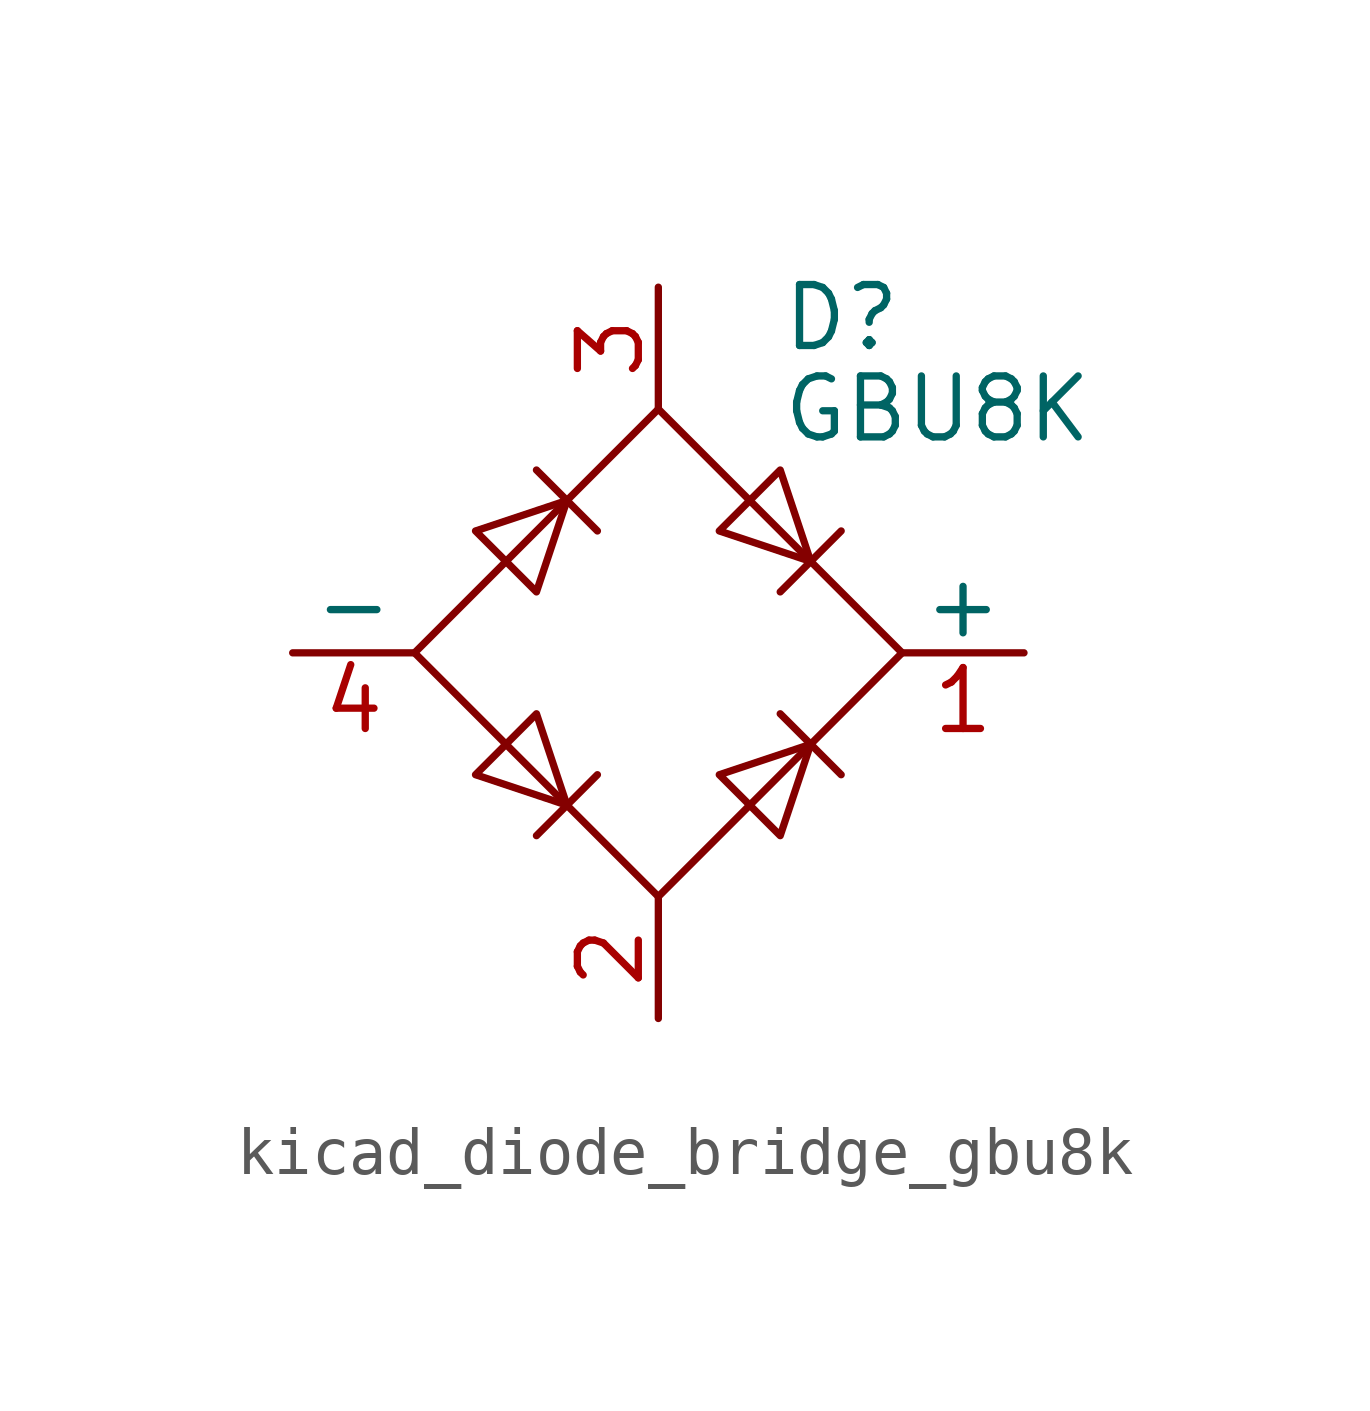
<source format=kicad_sym>
(kicad_symbol_lib
  (version 20220914)
  (generator kicad_symbol_editor)
  (symbol "kicad_diode_bridge_gbu8k"
    (pin_names
      (offset 0))
    (property "Reference" "D"
      (at 2.54 6.985 0)
      (effects (font (size 1.27 1.27)) (justify left)))
    (property "Value" "GBU8K"
      (at 2.54 5.08 0)
      (effects (font (size 1.27 1.27)) (justify left)))
    (symbol "kicad_diode_bridge_gbu8k_0_1"
      (polyline (pts (xy -2.54 3.81) (xy -1.27 2.54)) (stroke (width 0) (type default)) (fill (type none)))
      (polyline (pts (xy -1.27 -2.54) (xy -2.54 -3.81)) (stroke (width 0) (type default)) (fill (type none)))
      (polyline (pts (xy 2.54 -1.27) (xy 3.81 -2.54)) (stroke (width 0) (type default)) (fill (type none)))
      (polyline (pts (xy 2.54 1.27) (xy 3.81 2.54)) (stroke (width 0) (type default)) (fill (type none)))
      (polyline (pts (xy -3.81 2.54) (xy -2.54 1.27) (xy -1.905 3.175) (xy -3.81 2.54)) (stroke (width 0) (type default)) (fill (type none)))
      (polyline (pts (xy -2.54 -1.27) (xy -3.81 -2.54) (xy -1.905 -3.175) (xy -2.54 -1.27)) (stroke (width 0) (type default)) (fill (type none)))
      (polyline (pts (xy 1.27 2.54) (xy 2.54 3.81) (xy 3.175 1.905) (xy 1.27 2.54)) (stroke (width 0) (type default)) (fill (type none)))
      (polyline (pts (xy 3.175 -1.905) (xy 1.27 -2.54) (xy 2.54 -3.81) (xy 3.175 -1.905)) (stroke (width 0) (type default)) (fill (type none)))
      (polyline (pts (xy -5.08 0) (xy 0 -5.08) (xy 5.08 0) (xy 0 5.08) (xy -5.08 0)) (stroke (width 0) (type default)) (fill (type none))))
    (symbol "kicad_diode_bridge_gbu8k_1_1"
      (pin passive line (at 7.62 0 180) (length 2.54) (name "+" (effects (font (size 1.27 1.27)))) (number "1" (effects (font (size 1.27 1.27)))))
      (pin passive line (at 0 -7.62 90) (length 2.54) (name "~" (effects (font (size 1.27 1.27)))) (number "2" (effects (font (size 1.27 1.27)))))
      (pin passive line (at 0 7.62 270) (length 2.54) (name "~" (effects (font (size 1.27 1.27)))) (number "3" (effects (font (size 1.27 1.27)))))
      (pin passive line (at -7.62 0 0) (length 2.54) (name "-" (effects (font (size 1.27 1.27)))) (number "4" (effects (font (size 1.27 1.27))))))))
</source>
